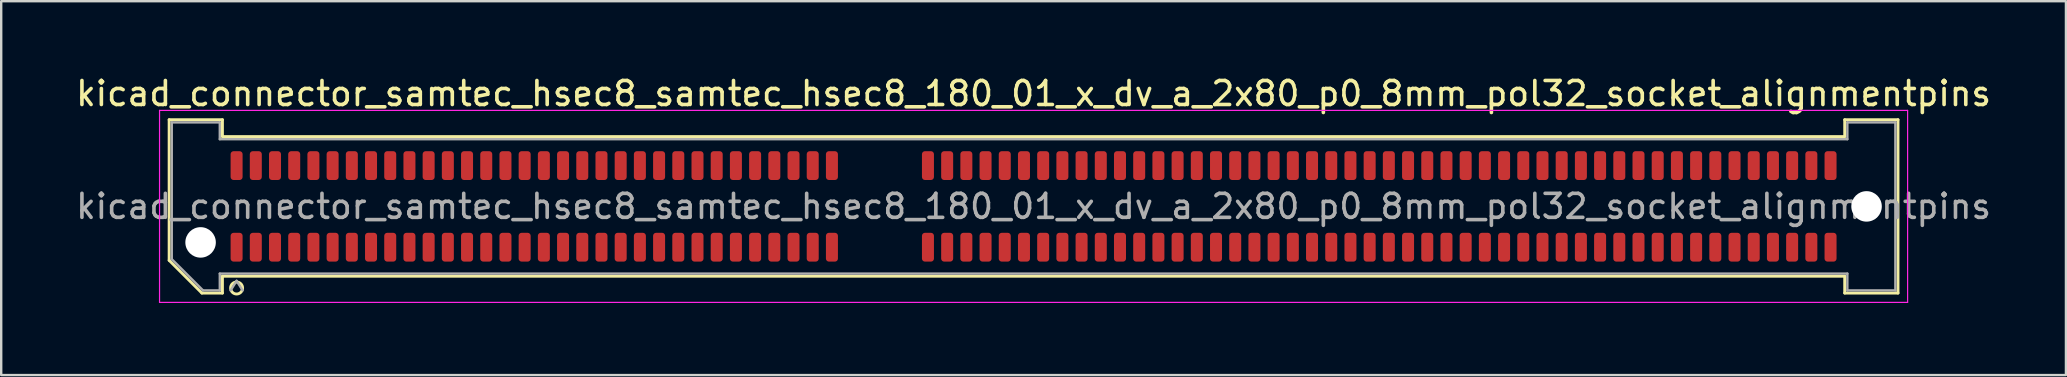
<source format=kicad_pcb>
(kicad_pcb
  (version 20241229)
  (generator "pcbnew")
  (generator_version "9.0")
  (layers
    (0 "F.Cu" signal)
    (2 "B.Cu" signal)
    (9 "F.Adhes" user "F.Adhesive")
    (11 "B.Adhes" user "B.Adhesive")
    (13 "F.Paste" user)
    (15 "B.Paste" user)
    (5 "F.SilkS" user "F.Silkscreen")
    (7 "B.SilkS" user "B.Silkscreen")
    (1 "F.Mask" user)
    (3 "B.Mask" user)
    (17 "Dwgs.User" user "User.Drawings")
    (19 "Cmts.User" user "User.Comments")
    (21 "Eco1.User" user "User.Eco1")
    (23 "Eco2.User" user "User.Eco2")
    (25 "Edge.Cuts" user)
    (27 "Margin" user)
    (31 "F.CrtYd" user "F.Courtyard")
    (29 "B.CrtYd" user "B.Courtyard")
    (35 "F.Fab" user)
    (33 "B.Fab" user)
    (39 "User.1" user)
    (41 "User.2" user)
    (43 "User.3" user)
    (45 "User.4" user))
  (footprint "kicad_connector_samtec_hsec8_samtec_hsec8_180_01_x_dv_a_2x80_p0_8mm_pol32_socket_alignmentpins"
    (layer "F.Cu")
    (at 40.006 5.548)
    (property "Reference" "kicad_connector_samtec_hsec8_samtec_hsec8_180_01_x_dv_a_2x80_p0_8mm_pol32_socket_alignmentpins" (at 0 -4.7 0) (layer "F.SilkS") (effects (font (size 1 1) (thickness 0.15))))
    (attr smd)
    (fp_line (start -36.01 -3.61) (end -33.79 -3.61) (stroke (width 0.12) (type solid)) (layer "F.SilkS"))
    (fp_line (start -36.01 2.246) (end -36.01 -3.61) (stroke (width 0.12) (type solid)) (layer "F.SilkS"))
    (fp_line (start -34.646 3.61) (end -36.01 2.246) (stroke (width 0.12) (type solid)) (layer "F.SilkS"))
    (fp_line (start -33.79 -3.61) (end -33.79 -2.91) (stroke (width 0.12) (type solid)) (layer "F.SilkS"))
    (fp_line (start -33.79 -2.91) (end 33.79 -2.91) (stroke (width 0.12) (type solid)) (layer "F.SilkS"))
    (fp_line (start -33.79 2.91) (end -33.79 3.61) (stroke (width 0.12) (type solid)) (layer "F.SilkS"))
    (fp_line (start -33.79 3.61) (end -34.646 3.61) (stroke (width 0.12) (type solid)) (layer "F.SilkS"))
    (fp_line (start 33.79 -3.61) (end 36.01 -3.61) (stroke (width 0.12) (type solid)) (layer "F.SilkS"))
    (fp_line (start 33.79 -2.91) (end 33.79 -3.61) (stroke (width 0.12) (type solid)) (layer "F.SilkS"))
    (fp_line (start 33.79 2.91) (end -33.79 2.91) (stroke (width 0.12) (type solid)) (layer "F.SilkS"))
    (fp_line (start 33.79 3.61) (end 33.79 2.91) (stroke (width 0.12) (type solid)) (layer "F.SilkS"))
    (fp_line (start 36.01 -3.61) (end 36.01 3.61) (stroke (width 0.12) (type solid)) (layer "F.SilkS"))
    (fp_line (start 36.01 3.61) (end 33.79 3.61) (stroke (width 0.12) (type solid)) (layer "F.SilkS"))
    (fp_arc (start -32.95 3.4) (mid -33.45 3.4) (end -32.95 3.4) (stroke (width 0.12) (type solid)) (layer "F.SilkS"))
    (fp_line (start -36.41 -4) (end -36.41 4) (stroke (width 0.05) (type solid)) (layer "F.CrtYd"))
    (fp_line (start -36.41 4) (end 36.41 4) (stroke (width 0.05) (type solid)) (layer "F.CrtYd"))
    (fp_line (start 36.41 -4) (end -36.41 -4) (stroke (width 0.05) (type solid)) (layer "F.CrtYd"))
    (fp_line (start 36.41 4) (end 36.41 -4) (stroke (width 0.05) (type solid)) (layer "F.CrtYd"))
    (fp_line (start -35.9 -3.5) (end -33.9 -3.5) (stroke (width 0.1) (type solid)) (layer "F.Fab"))
    (fp_line (start -35.9 2.2) (end -35.9 -3.5) (stroke (width 0.1) (type solid)) (layer "F.Fab"))
    (fp_line (start -34.6 3.5) (end -35.9 2.2) (stroke (width 0.1) (type solid)) (layer "F.Fab"))
    (fp_line (start -33.9 -3.5) (end -33.9 -2.8) (stroke (width 0.1) (type solid)) (layer "F.Fab"))
    (fp_line (start -33.9 -2.8) (end 33.9 -2.8) (stroke (width 0.1) (type solid)) (layer "F.Fab"))
    (fp_line (start -33.9 2.8) (end -33.9 3.5) (stroke (width 0.1) (type solid)) (layer "F.Fab"))
    (fp_line (start -33.9 3.5) (end -34.6 3.5) (stroke (width 0.1) (type solid)) (layer "F.Fab"))
    (fp_line (start -33.2 3.1) (end -33.45 3.5) (stroke (width 0.1) (type solid)) (layer "F.Fab"))
    (fp_line (start -33.2 3.1) (end -32.95 3.5) (stroke (width 0.1) (type solid)) (layer "F.Fab"))
    (fp_line (start 33.9 -3.5) (end 35.9 -3.5) (stroke (width 0.1) (type solid)) (layer "F.Fab"))
    (fp_line (start 33.9 -2.8) (end 33.9 -3.5) (stroke (width 0.1) (type solid)) (layer "F.Fab"))
    (fp_line (start 33.9 2.8) (end -33.9 2.8) (stroke (width 0.1) (type solid)) (layer "F.Fab"))
    (fp_line (start 33.9 3.5) (end 33.9 2.8) (stroke (width 0.1) (type solid)) (layer "F.Fab"))
    (fp_line (start 35.9 -3.5) (end 35.9 3.5) (stroke (width 0.1) (type solid)) (layer "F.Fab"))
    (fp_line (start 35.9 3.5) (end 33.9 3.5) (stroke (width 0.1) (type solid)) (layer "F.Fab"))
    (fp_text user "${REFERENCE}" (at 0 0 0) (layer "F.Fab") (effects (font (size 1 1) (thickness 0.15))))
    (pad "" np_thru_hole circle (at -34.7 1.5) (size 1.27 1.27) (drill 1.27) (layers "*.Cu" "*.Mask"))
    (pad "" np_thru_hole circle (at 34.7 0) (size 1.27 1.27) (drill 1.27) (layers "*.Cu" "*.Mask"))
    (pad "1" smd roundrect (at -33.2 1.7) (size 0.5 1.2) (layers "F.Cu" "F.Mask" "F.Paste") (roundrect_rratio 0.25))
    (pad "2" smd roundrect (at -33.2 -1.7) (size 0.5 1.2) (layers "F.Cu" "F.Mask" "F.Paste") (roundrect_rratio 0.25))
    (pad "3" smd roundrect (at -32.4 1.7) (size 0.5 1.2) (layers "F.Cu" "F.Mask" "F.Paste") (roundrect_rratio 0.25))
    (pad "4" smd roundrect (at -32.4 -1.7) (size 0.5 1.2) (layers "F.Cu" "F.Mask" "F.Paste") (roundrect_rratio 0.25))
    (pad "5" smd roundrect (at -31.6 1.7) (size 0.5 1.2) (layers "F.Cu" "F.Mask" "F.Paste") (roundrect_rratio 0.25))
    (pad "6" smd roundrect (at -31.6 -1.7) (size 0.5 1.2) (layers "F.Cu" "F.Mask" "F.Paste") (roundrect_rratio 0.25))
    (pad "7" smd roundrect (at -30.8 1.7) (size 0.5 1.2) (layers "F.Cu" "F.Mask" "F.Paste") (roundrect_rratio 0.25))
    (pad "8" smd roundrect (at -30.8 -1.7) (size 0.5 1.2) (layers "F.Cu" "F.Mask" "F.Paste") (roundrect_rratio 0.25))
    (pad "9" smd roundrect (at -30 1.7) (size 0.5 1.2) (layers "F.Cu" "F.Mask" "F.Paste") (roundrect_rratio 0.25))
    (pad "10" smd roundrect (at -30 -1.7) (size 0.5 1.2) (layers "F.Cu" "F.Mask" "F.Paste") (roundrect_rratio 0.25))
    (pad "11" smd roundrect (at -29.2 1.7) (size 0.5 1.2) (layers "F.Cu" "F.Mask" "F.Paste") (roundrect_rratio 0.25))
    (pad "12" smd roundrect (at -29.2 -1.7) (size 0.5 1.2) (layers "F.Cu" "F.Mask" "F.Paste") (roundrect_rratio 0.25))
    (pad "13" smd roundrect (at -28.4 1.7) (size 0.5 1.2) (layers "F.Cu" "F.Mask" "F.Paste") (roundrect_rratio 0.25))
    (pad "14" smd roundrect (at -28.4 -1.7) (size 0.5 1.2) (layers "F.Cu" "F.Mask" "F.Paste") (roundrect_rratio 0.25))
    (pad "15" smd roundrect (at -27.6 1.7) (size 0.5 1.2) (layers "F.Cu" "F.Mask" "F.Paste") (roundrect_rratio 0.25))
    (pad "16" smd roundrect (at -27.6 -1.7) (size 0.5 1.2) (layers "F.Cu" "F.Mask" "F.Paste") (roundrect_rratio 0.25))
    (pad "17" smd roundrect (at -26.8 1.7) (size 0.5 1.2) (layers "F.Cu" "F.Mask" "F.Paste") (roundrect_rratio 0.25))
    (pad "18" smd roundrect (at -26.8 -1.7) (size 0.5 1.2) (layers "F.Cu" "F.Mask" "F.Paste") (roundrect_rratio 0.25))
    (pad "19" smd roundrect (at -26 1.7) (size 0.5 1.2) (layers "F.Cu" "F.Mask" "F.Paste") (roundrect_rratio 0.25))
    (pad "20" smd roundrect (at -26 -1.7) (size 0.5 1.2) (layers "F.Cu" "F.Mask" "F.Paste") (roundrect_rratio 0.25))
    (pad "21" smd roundrect (at -25.2 1.7) (size 0.5 1.2) (layers "F.Cu" "F.Mask" "F.Paste") (roundrect_rratio 0.25))
    (pad "22" smd roundrect (at -25.2 -1.7) (size 0.5 1.2) (layers "F.Cu" "F.Mask" "F.Paste") (roundrect_rratio 0.25))
    (pad "23" smd roundrect (at -24.4 1.7) (size 0.5 1.2) (layers "F.Cu" "F.Mask" "F.Paste") (roundrect_rratio 0.25))
    (pad "24" smd roundrect (at -24.4 -1.7) (size 0.5 1.2) (layers "F.Cu" "F.Mask" "F.Paste") (roundrect_rratio 0.25))
    (pad "25" smd roundrect (at -23.6 1.7) (size 0.5 1.2) (layers "F.Cu" "F.Mask" "F.Paste") (roundrect_rratio 0.25))
    (pad "26" smd roundrect (at -23.6 -1.7) (size 0.5 1.2) (layers "F.Cu" "F.Mask" "F.Paste") (roundrect_rratio 0.25))
    (pad "27" smd roundrect (at -22.8 1.7) (size 0.5 1.2) (layers "F.Cu" "F.Mask" "F.Paste") (roundrect_rratio 0.25))
    (pad "28" smd roundrect (at -22.8 -1.7) (size 0.5 1.2) (layers "F.Cu" "F.Mask" "F.Paste") (roundrect_rratio 0.25))
    (pad "29" smd roundrect (at -22 1.7) (size 0.5 1.2) (layers "F.Cu" "F.Mask" "F.Paste") (roundrect_rratio 0.25))
    (pad "30" smd roundrect (at -22 -1.7) (size 0.5 1.2) (layers "F.Cu" "F.Mask" "F.Paste") (roundrect_rratio 0.25))
    (pad "31" smd roundrect (at -21.2 1.7) (size 0.5 1.2) (layers "F.Cu" "F.Mask" "F.Paste") (roundrect_rratio 0.25))
    (pad "32" smd roundrect (at -21.2 -1.7) (size 0.5 1.2) (layers "F.Cu" "F.Mask" "F.Paste") (roundrect_rratio 0.25))
    (pad "33" smd roundrect (at -20.4 1.7) (size 0.5 1.2) (layers "F.Cu" "F.Mask" "F.Paste") (roundrect_rratio 0.25))
    (pad "34" smd roundrect (at -20.4 -1.7) (size 0.5 1.2) (layers "F.Cu" "F.Mask" "F.Paste") (roundrect_rratio 0.25))
    (pad "35" smd roundrect (at -19.6 1.7) (size 0.5 1.2) (layers "F.Cu" "F.Mask" "F.Paste") (roundrect_rratio 0.25))
    (pad "36" smd roundrect (at -19.6 -1.7) (size 0.5 1.2) (layers "F.Cu" "F.Mask" "F.Paste") (roundrect_rratio 0.25))
    (pad "37" smd roundrect (at -18.8 1.7) (size 0.5 1.2) (layers "F.Cu" "F.Mask" "F.Paste") (roundrect_rratio 0.25))
    (pad "38" smd roundrect (at -18.8 -1.7) (size 0.5 1.2) (layers "F.Cu" "F.Mask" "F.Paste") (roundrect_rratio 0.25))
    (pad "39" smd roundrect (at -18 1.7) (size 0.5 1.2) (layers "F.Cu" "F.Mask" "F.Paste") (roundrect_rratio 0.25))
    (pad "40" smd roundrect (at -18 -1.7) (size 0.5 1.2) (layers "F.Cu" "F.Mask" "F.Paste") (roundrect_rratio 0.25))
    (pad "41" smd roundrect (at -17.2 1.7) (size 0.5 1.2) (layers "F.Cu" "F.Mask" "F.Paste") (roundrect_rratio 0.25))
    (pad "42" smd roundrect (at -17.2 -1.7) (size 0.5 1.2) (layers "F.Cu" "F.Mask" "F.Paste") (roundrect_rratio 0.25))
    (pad "43" smd roundrect (at -16.4 1.7) (size 0.5 1.2) (layers "F.Cu" "F.Mask" "F.Paste") (roundrect_rratio 0.25))
    (pad "44" smd roundrect (at -16.4 -1.7) (size 0.5 1.2) (layers "F.Cu" "F.Mask" "F.Paste") (roundrect_rratio 0.25))
    (pad "45" smd roundrect (at -15.6 1.7) (size 0.5 1.2) (layers "F.Cu" "F.Mask" "F.Paste") (roundrect_rratio 0.25))
    (pad "46" smd roundrect (at -15.6 -1.7) (size 0.5 1.2) (layers "F.Cu" "F.Mask" "F.Paste") (roundrect_rratio 0.25))
    (pad "47" smd roundrect (at -14.8 1.7) (size 0.5 1.2) (layers "F.Cu" "F.Mask" "F.Paste") (roundrect_rratio 0.25))
    (pad "48" smd roundrect (at -14.8 -1.7) (size 0.5 1.2) (layers "F.Cu" "F.Mask" "F.Paste") (roundrect_rratio 0.25))
    (pad "49" smd roundrect (at -14 1.7) (size 0.5 1.2) (layers "F.Cu" "F.Mask" "F.Paste") (roundrect_rratio 0.25))
    (pad "50" smd roundrect (at -14 -1.7) (size 0.5 1.2) (layers "F.Cu" "F.Mask" "F.Paste") (roundrect_rratio 0.25))
    (pad "51" smd roundrect (at -13.2 1.7) (size 0.5 1.2) (layers "F.Cu" "F.Mask" "F.Paste") (roundrect_rratio 0.25))
    (pad "52" smd roundrect (at -13.2 -1.7) (size 0.5 1.2) (layers "F.Cu" "F.Mask" "F.Paste") (roundrect_rratio 0.25))
    (pad "53" smd roundrect (at -12.4 1.7) (size 0.5 1.2) (layers "F.Cu" "F.Mask" "F.Paste") (roundrect_rratio 0.25))
    (pad "54" smd roundrect (at -12.4 -1.7) (size 0.5 1.2) (layers "F.Cu" "F.Mask" "F.Paste") (roundrect_rratio 0.25))
    (pad "55" smd roundrect (at -11.6 1.7) (size 0.5 1.2) (layers "F.Cu" "F.Mask" "F.Paste") (roundrect_rratio 0.25))
    (pad "56" smd roundrect (at -11.6 -1.7) (size 0.5 1.2) (layers "F.Cu" "F.Mask" "F.Paste") (roundrect_rratio 0.25))
    (pad "57" smd roundrect (at -10.8 1.7) (size 0.5 1.2) (layers "F.Cu" "F.Mask" "F.Paste") (roundrect_rratio 0.25))
    (pad "58" smd roundrect (at -10.8 -1.7) (size 0.5 1.2) (layers "F.Cu" "F.Mask" "F.Paste") (roundrect_rratio 0.25))
    (pad "59" smd roundrect (at -10 1.7) (size 0.5 1.2) (layers "F.Cu" "F.Mask" "F.Paste") (roundrect_rratio 0.25))
    (pad "60" smd roundrect (at -10 -1.7) (size 0.5 1.2) (layers "F.Cu" "F.Mask" "F.Paste") (roundrect_rratio 0.25))
    (pad "61" smd roundrect (at -9.2 1.7) (size 0.5 1.2) (layers "F.Cu" "F.Mask" "F.Paste") (roundrect_rratio 0.25))
    (pad "62" smd roundrect (at -9.2 -1.7) (size 0.5 1.2) (layers "F.Cu" "F.Mask" "F.Paste") (roundrect_rratio 0.25))
    (pad "63" smd roundrect (at -8.4 1.7) (size 0.5 1.2) (layers "F.Cu" "F.Mask" "F.Paste") (roundrect_rratio 0.25))
    (pad "64" smd roundrect (at -8.4 -1.7) (size 0.5 1.2) (layers "F.Cu" "F.Mask" "F.Paste") (roundrect_rratio 0.25))
    (pad "65" smd roundrect (at -4.4 1.7) (size 0.5 1.2) (layers "F.Cu" "F.Mask" "F.Paste") (roundrect_rratio 0.25))
    (pad "66" smd roundrect (at -4.4 -1.7) (size 0.5 1.2) (layers "F.Cu" "F.Mask" "F.Paste") (roundrect_rratio 0.25))
    (pad "67" smd roundrect (at -3.6 1.7) (size 0.5 1.2) (layers "F.Cu" "F.Mask" "F.Paste") (roundrect_rratio 0.25))
    (pad "68" smd roundrect (at -3.6 -1.7) (size 0.5 1.2) (layers "F.Cu" "F.Mask" "F.Paste") (roundrect_rratio 0.25))
    (pad "69" smd roundrect (at -2.8 1.7) (size 0.5 1.2) (layers "F.Cu" "F.Mask" "F.Paste") (roundrect_rratio 0.25))
    (pad "70" smd roundrect (at -2.8 -1.7) (size 0.5 1.2) (layers "F.Cu" "F.Mask" "F.Paste") (roundrect_rratio 0.25))
    (pad "71" smd roundrect (at -2 1.7) (size 0.5 1.2) (layers "F.Cu" "F.Mask" "F.Paste") (roundrect_rratio 0.25))
    (pad "72" smd roundrect (at -2 -1.7) (size 0.5 1.2) (layers "F.Cu" "F.Mask" "F.Paste") (roundrect_rratio 0.25))
    (pad "73" smd roundrect (at -1.2 1.7) (size 0.5 1.2) (layers "F.Cu" "F.Mask" "F.Paste") (roundrect_rratio 0.25))
    (pad "74" smd roundrect (at -1.2 -1.7) (size 0.5 1.2) (layers "F.Cu" "F.Mask" "F.Paste") (roundrect_rratio 0.25))
    (pad "75" smd roundrect (at -0.4 1.7) (size 0.5 1.2) (layers "F.Cu" "F.Mask" "F.Paste") (roundrect_rratio 0.25))
    (pad "76" smd roundrect (at -0.4 -1.7) (size 0.5 1.2) (layers "F.Cu" "F.Mask" "F.Paste") (roundrect_rratio 0.25))
    (pad "77" smd roundrect (at 0.4 1.7) (size 0.5 1.2) (layers "F.Cu" "F.Mask" "F.Paste") (roundrect_rratio 0.25))
    (pad "78" smd roundrect (at 0.4 -1.7) (size 0.5 1.2) (layers "F.Cu" "F.Mask" "F.Paste") (roundrect_rratio 0.25))
    (pad "79" smd roundrect (at 1.2 1.7) (size 0.5 1.2) (layers "F.Cu" "F.Mask" "F.Paste") (roundrect_rratio 0.25))
    (pad "80" smd roundrect (at 1.2 -1.7) (size 0.5 1.2) (layers "F.Cu" "F.Mask" "F.Paste") (roundrect_rratio 0.25))
    (pad "81" smd roundrect (at 2 1.7) (size 0.5 1.2) (layers "F.Cu" "F.Mask" "F.Paste") (roundrect_rratio 0.25))
    (pad "82" smd roundrect (at 2 -1.7) (size 0.5 1.2) (layers "F.Cu" "F.Mask" "F.Paste") (roundrect_rratio 0.25))
    (pad "83" smd roundrect (at 2.8 1.7) (size 0.5 1.2) (layers "F.Cu" "F.Mask" "F.Paste") (roundrect_rratio 0.25))
    (pad "84" smd roundrect (at 2.8 -1.7) (size 0.5 1.2) (layers "F.Cu" "F.Mask" "F.Paste") (roundrect_rratio 0.25))
    (pad "85" smd roundrect (at 3.6 1.7) (size 0.5 1.2) (layers "F.Cu" "F.Mask" "F.Paste") (roundrect_rratio 0.25))
    (pad "86" smd roundrect (at 3.6 -1.7) (size 0.5 1.2) (layers "F.Cu" "F.Mask" "F.Paste") (roundrect_rratio 0.25))
    (pad "87" smd roundrect (at 4.4 1.7) (size 0.5 1.2) (layers "F.Cu" "F.Mask" "F.Paste") (roundrect_rratio 0.25))
    (pad "88" smd roundrect (at 4.4 -1.7) (size 0.5 1.2) (layers "F.Cu" "F.Mask" "F.Paste") (roundrect_rratio 0.25))
    (pad "89" smd roundrect (at 5.2 1.7) (size 0.5 1.2) (layers "F.Cu" "F.Mask" "F.Paste") (roundrect_rratio 0.25))
    (pad "90" smd roundrect (at 5.2 -1.7) (size 0.5 1.2) (layers "F.Cu" "F.Mask" "F.Paste") (roundrect_rratio 0.25))
    (pad "91" smd roundrect (at 6 1.7) (size 0.5 1.2) (layers "F.Cu" "F.Mask" "F.Paste") (roundrect_rratio 0.25))
    (pad "92" smd roundrect (at 6 -1.7) (size 0.5 1.2) (layers "F.Cu" "F.Mask" "F.Paste") (roundrect_rratio 0.25))
    (pad "93" smd roundrect (at 6.8 1.7) (size 0.5 1.2) (layers "F.Cu" "F.Mask" "F.Paste") (roundrect_rratio 0.25))
    (pad "94" smd roundrect (at 6.8 -1.7) (size 0.5 1.2) (layers "F.Cu" "F.Mask" "F.Paste") (roundrect_rratio 0.25))
    (pad "95" smd roundrect (at 7.6 1.7) (size 0.5 1.2) (layers "F.Cu" "F.Mask" "F.Paste") (roundrect_rratio 0.25))
    (pad "96" smd roundrect (at 7.6 -1.7) (size 0.5 1.2) (layers "F.Cu" "F.Mask" "F.Paste") (roundrect_rratio 0.25))
    (pad "97" smd roundrect (at 8.4 1.7) (size 0.5 1.2) (layers "F.Cu" "F.Mask" "F.Paste") (roundrect_rratio 0.25))
    (pad "98" smd roundrect (at 8.4 -1.7) (size 0.5 1.2) (layers "F.Cu" "F.Mask" "F.Paste") (roundrect_rratio 0.25))
    (pad "99" smd roundrect (at 9.2 1.7) (size 0.5 1.2) (layers "F.Cu" "F.Mask" "F.Paste") (roundrect_rratio 0.25))
    (pad "100" smd roundrect (at 9.2 -1.7) (size 0.5 1.2) (layers "F.Cu" "F.Mask" "F.Paste") (roundrect_rratio 0.25))
    (pad "101" smd roundrect (at 10 1.7) (size 0.5 1.2) (layers "F.Cu" "F.Mask" "F.Paste") (roundrect_rratio 0.25))
    (pad "102" smd roundrect (at 10 -1.7) (size 0.5 1.2) (layers "F.Cu" "F.Mask" "F.Paste") (roundrect_rratio 0.25))
    (pad "103" smd roundrect (at 10.8 1.7) (size 0.5 1.2) (layers "F.Cu" "F.Mask" "F.Paste") (roundrect_rratio 0.25))
    (pad "104" smd roundrect (at 10.8 -1.7) (size 0.5 1.2) (layers "F.Cu" "F.Mask" "F.Paste") (roundrect_rratio 0.25))
    (pad "105" smd roundrect (at 11.6 1.7) (size 0.5 1.2) (layers "F.Cu" "F.Mask" "F.Paste") (roundrect_rratio 0.25))
    (pad "106" smd roundrect (at 11.6 -1.7) (size 0.5 1.2) (layers "F.Cu" "F.Mask" "F.Paste") (roundrect_rratio 0.25))
    (pad "107" smd roundrect (at 12.4 1.7) (size 0.5 1.2) (layers "F.Cu" "F.Mask" "F.Paste") (roundrect_rratio 0.25))
    (pad "108" smd roundrect (at 12.4 -1.7) (size 0.5 1.2) (layers "F.Cu" "F.Mask" "F.Paste") (roundrect_rratio 0.25))
    (pad "109" smd roundrect (at 13.2 1.7) (size 0.5 1.2) (layers "F.Cu" "F.Mask" "F.Paste") (roundrect_rratio 0.25))
    (pad "110" smd roundrect (at 13.2 -1.7) (size 0.5 1.2) (layers "F.Cu" "F.Mask" "F.Paste") (roundrect_rratio 0.25))
    (pad "111" smd roundrect (at 14 1.7) (size 0.5 1.2) (layers "F.Cu" "F.Mask" "F.Paste") (roundrect_rratio 0.25))
    (pad "112" smd roundrect (at 14 -1.7) (size 0.5 1.2) (layers "F.Cu" "F.Mask" "F.Paste") (roundrect_rratio 0.25))
    (pad "113" smd roundrect (at 14.8 1.7) (size 0.5 1.2) (layers "F.Cu" "F.Mask" "F.Paste") (roundrect_rratio 0.25))
    (pad "114" smd roundrect (at 14.8 -1.7) (size 0.5 1.2) (layers "F.Cu" "F.Mask" "F.Paste") (roundrect_rratio 0.25))
    (pad "115" smd roundrect (at 15.6 1.7) (size 0.5 1.2) (layers "F.Cu" "F.Mask" "F.Paste") (roundrect_rratio 0.25))
    (pad "116" smd roundrect (at 15.6 -1.7) (size 0.5 1.2) (layers "F.Cu" "F.Mask" "F.Paste") (roundrect_rratio 0.25))
    (pad "117" smd roundrect (at 16.4 1.7) (size 0.5 1.2) (layers "F.Cu" "F.Mask" "F.Paste") (roundrect_rratio 0.25))
    (pad "118" smd roundrect (at 16.4 -1.7) (size 0.5 1.2) (layers "F.Cu" "F.Mask" "F.Paste") (roundrect_rratio 0.25))
    (pad "119" smd roundrect (at 17.2 1.7) (size 0.5 1.2) (layers "F.Cu" "F.Mask" "F.Paste") (roundrect_rratio 0.25))
    (pad "120" smd roundrect (at 17.2 -1.7) (size 0.5 1.2) (layers "F.Cu" "F.Mask" "F.Paste") (roundrect_rratio 0.25))
    (pad "121" smd roundrect (at 18 1.7) (size 0.5 1.2) (layers "F.Cu" "F.Mask" "F.Paste") (roundrect_rratio 0.25))
    (pad "122" smd roundrect (at 18 -1.7) (size 0.5 1.2) (layers "F.Cu" "F.Mask" "F.Paste") (roundrect_rratio 0.25))
    (pad "123" smd roundrect (at 18.8 1.7) (size 0.5 1.2) (layers "F.Cu" "F.Mask" "F.Paste") (roundrect_rratio 0.25))
    (pad "124" smd roundrect (at 18.8 -1.7) (size 0.5 1.2) (layers "F.Cu" "F.Mask" "F.Paste") (roundrect_rratio 0.25))
    (pad "125" smd roundrect (at 19.6 1.7) (size 0.5 1.2) (layers "F.Cu" "F.Mask" "F.Paste") (roundrect_rratio 0.25))
    (pad "126" smd roundrect (at 19.6 -1.7) (size 0.5 1.2) (layers "F.Cu" "F.Mask" "F.Paste") (roundrect_rratio 0.25))
    (pad "127" smd roundrect (at 20.4 1.7) (size 0.5 1.2) (layers "F.Cu" "F.Mask" "F.Paste") (roundrect_rratio 0.25))
    (pad "128" smd roundrect (at 20.4 -1.7) (size 0.5 1.2) (layers "F.Cu" "F.Mask" "F.Paste") (roundrect_rratio 0.25))
    (pad "129" smd roundrect (at 21.2 1.7) (size 0.5 1.2) (layers "F.Cu" "F.Mask" "F.Paste") (roundrect_rratio 0.25))
    (pad "130" smd roundrect (at 21.2 -1.7) (size 0.5 1.2) (layers "F.Cu" "F.Mask" "F.Paste") (roundrect_rratio 0.25))
    (pad "131" smd roundrect (at 22 1.7) (size 0.5 1.2) (layers "F.Cu" "F.Mask" "F.Paste") (roundrect_rratio 0.25))
    (pad "132" smd roundrect (at 22 -1.7) (size 0.5 1.2) (layers "F.Cu" "F.Mask" "F.Paste") (roundrect_rratio 0.25))
    (pad "133" smd roundrect (at 22.8 1.7) (size 0.5 1.2) (layers "F.Cu" "F.Mask" "F.Paste") (roundrect_rratio 0.25))
    (pad "134" smd roundrect (at 22.8 -1.7) (size 0.5 1.2) (layers "F.Cu" "F.Mask" "F.Paste") (roundrect_rratio 0.25))
    (pad "135" smd roundrect (at 23.6 1.7) (size 0.5 1.2) (layers "F.Cu" "F.Mask" "F.Paste") (roundrect_rratio 0.25))
    (pad "136" smd roundrect (at 23.6 -1.7) (size 0.5 1.2) (layers "F.Cu" "F.Mask" "F.Paste") (roundrect_rratio 0.25))
    (pad "137" smd roundrect (at 24.4 1.7) (size 0.5 1.2) (layers "F.Cu" "F.Mask" "F.Paste") (roundrect_rratio 0.25))
    (pad "138" smd roundrect (at 24.4 -1.7) (size 0.5 1.2) (layers "F.Cu" "F.Mask" "F.Paste") (roundrect_rratio 0.25))
    (pad "139" smd roundrect (at 25.2 1.7) (size 0.5 1.2) (layers "F.Cu" "F.Mask" "F.Paste") (roundrect_rratio 0.25))
    (pad "140" smd roundrect (at 25.2 -1.7) (size 0.5 1.2) (layers "F.Cu" "F.Mask" "F.Paste") (roundrect_rratio 0.25))
    (pad "141" smd roundrect (at 26 1.7) (size 0.5 1.2) (layers "F.Cu" "F.Mask" "F.Paste") (roundrect_rratio 0.25))
    (pad "142" smd roundrect (at 26 -1.7) (size 0.5 1.2) (layers "F.Cu" "F.Mask" "F.Paste") (roundrect_rratio 0.25))
    (pad "143" smd roundrect (at 26.8 1.7) (size 0.5 1.2) (layers "F.Cu" "F.Mask" "F.Paste") (roundrect_rratio 0.25))
    (pad "144" smd roundrect (at 26.8 -1.7) (size 0.5 1.2) (layers "F.Cu" "F.Mask" "F.Paste") (roundrect_rratio 0.25))
    (pad "145" smd roundrect (at 27.6 1.7) (size 0.5 1.2) (layers "F.Cu" "F.Mask" "F.Paste") (roundrect_rratio 0.25))
    (pad "146" smd roundrect (at 27.6 -1.7) (size 0.5 1.2) (layers "F.Cu" "F.Mask" "F.Paste") (roundrect_rratio 0.25))
    (pad "147" smd roundrect (at 28.4 1.7) (size 0.5 1.2) (layers "F.Cu" "F.Mask" "F.Paste") (roundrect_rratio 0.25))
    (pad "148" smd roundrect (at 28.4 -1.7) (size 0.5 1.2) (layers "F.Cu" "F.Mask" "F.Paste") (roundrect_rratio 0.25))
    (pad "149" smd roundrect (at 29.2 1.7) (size 0.5 1.2) (layers "F.Cu" "F.Mask" "F.Paste") (roundrect_rratio 0.25))
    (pad "150" smd roundrect (at 29.2 -1.7) (size 0.5 1.2) (layers "F.Cu" "F.Mask" "F.Paste") (roundrect_rratio 0.25))
    (pad "151" smd roundrect (at 30 1.7) (size 0.5 1.2) (layers "F.Cu" "F.Mask" "F.Paste") (roundrect_rratio 0.25))
    (pad "152" smd roundrect (at 30 -1.7) (size 0.5 1.2) (layers "F.Cu" "F.Mask" "F.Paste") (roundrect_rratio 0.25))
    (pad "153" smd roundrect (at 30.8 1.7) (size 0.5 1.2) (layers "F.Cu" "F.Mask" "F.Paste") (roundrect_rratio 0.25))
    (pad "154" smd roundrect (at 30.8 -1.7) (size 0.5 1.2) (layers "F.Cu" "F.Mask" "F.Paste") (roundrect_rratio 0.25))
    (pad "155" smd roundrect (at 31.6 1.7) (size 0.5 1.2) (layers "F.Cu" "F.Mask" "F.Paste") (roundrect_rratio 0.25))
    (pad "156" smd roundrect (at 31.6 -1.7) (size 0.5 1.2) (layers "F.Cu" "F.Mask" "F.Paste") (roundrect_rratio 0.25))
    (pad "157" smd roundrect (at 32.4 1.7) (size 0.5 1.2) (layers "F.Cu" "F.Mask" "F.Paste") (roundrect_rratio 0.25))
    (pad "158" smd roundrect (at 32.4 -1.7) (size 0.5 1.2) (layers "F.Cu" "F.Mask" "F.Paste") (roundrect_rratio 0.25))
    (pad "159" smd roundrect (at 33.2 1.7) (size 0.5 1.2) (layers "F.Cu" "F.Mask" "F.Paste") (roundrect_rratio 0.25))
    (pad "160" smd roundrect (at 33.2 -1.7) (size 0.5 1.2) (layers "F.Cu" "F.Mask" "F.Paste") (roundrect_rratio 0.25)))
  (gr_rect
    (start -3 -3)
    (end 83.012 12.573)
    (stroke (width 0.1) (type default))
    (fill no)
    (layer "Edge.Cuts")))
</source>
